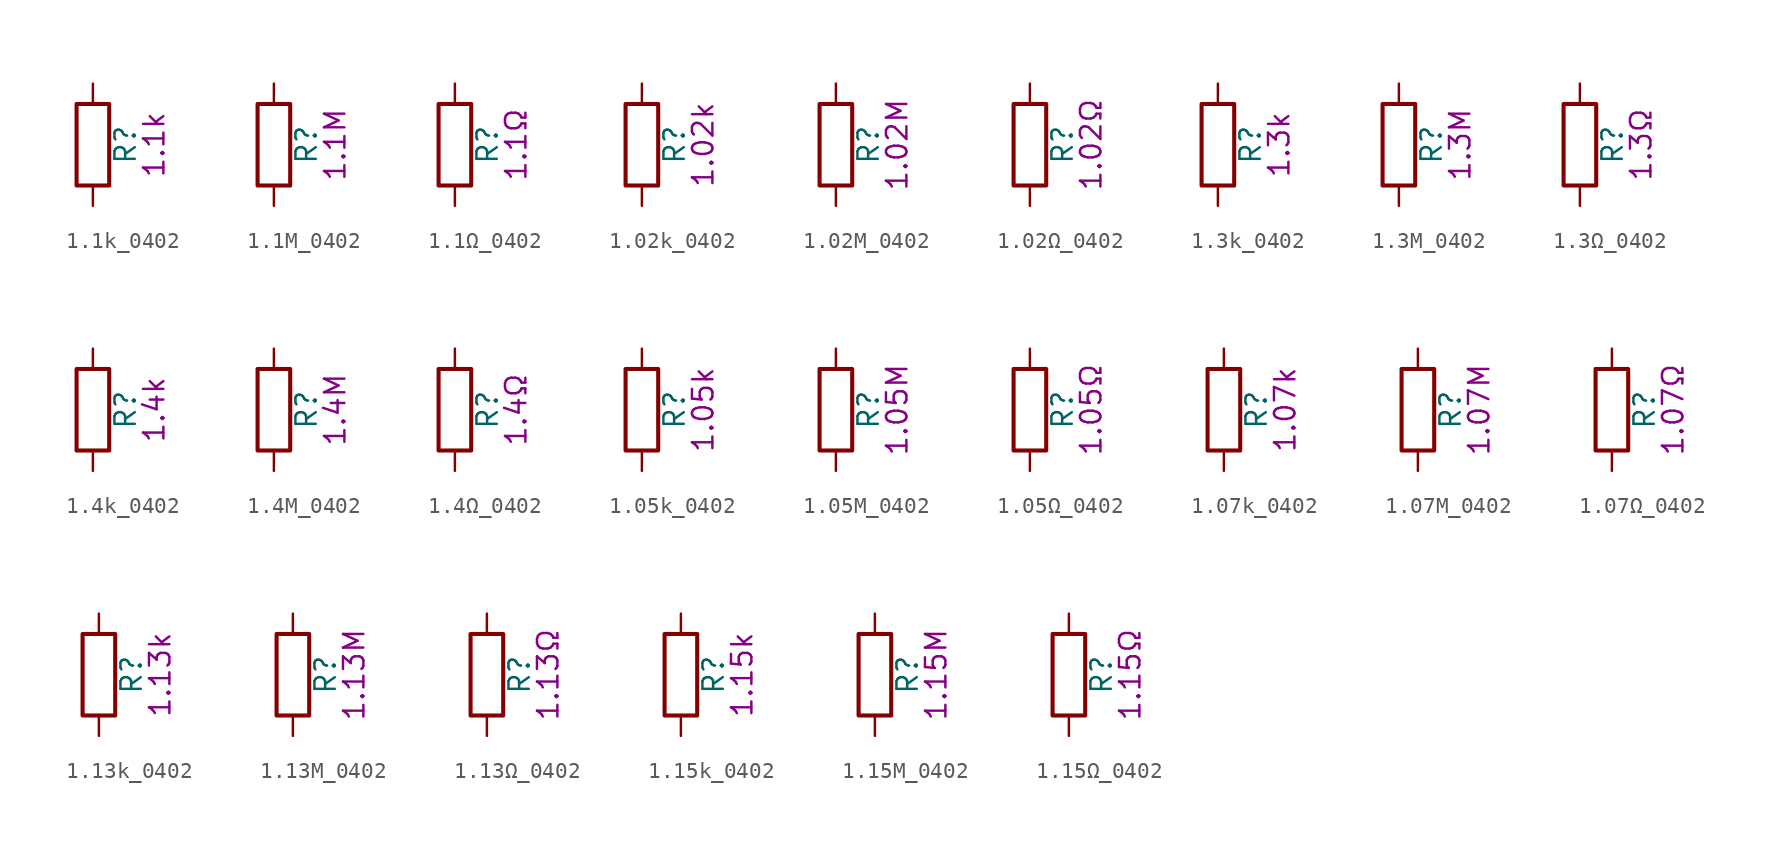
<source format=kicad_sym>
(kicad_symbol_lib
  (version 20211014)
  (generator kicad_symbol_editor)
  (symbol "1.1k_0402"
    (pin_numbers hide)
    (pin_names
      (offset 0))
    (property "Reference" "R"
      (at 2.032 0 90)
      (effects (font (size 1.27 1.27))))
    (property "Display" "1.1k"
      (at 3.81 0 90)
      (effects (font (size 1.27 1.27))))
    (symbol "1.1k_0402_0_1"
      (rectangle (start -1.016 -2.54) (end 1.016 2.54) (stroke (width 0.254) (type default) (color 0 0 0 0)) (fill (type none))))
    (symbol "1.1k_0402_1_1"
      (pin passive line (at 0 3.81 270) (length 1.27) (name "~" (effects (font (size 1.27 1.27)))) (number "1" (effects (font (size 1.27 1.27)))))
      (pin passive line (at 0 -3.81 90) (length 1.27) (name "~" (effects (font (size 1.27 1.27)))) (number "2" (effects (font (size 1.27 1.27)))))))
  (symbol "1.1M_0402"
    (pin_numbers hide)
    (pin_names
      (offset 0))
    (property "Reference" "R"
      (at 2.032 0 90)
      (effects (font (size 1.27 1.27))))
    (property "Display" "1.1M"
      (at 3.81 0 90)
      (effects (font (size 1.27 1.27))))
    (symbol "1.1M_0402_0_1"
      (rectangle (start -1.016 -2.54) (end 1.016 2.54) (stroke (width 0.254) (type default) (color 0 0 0 0)) (fill (type none))))
    (symbol "1.1M_0402_1_1"
      (pin passive line (at 0 3.81 270) (length 1.27) (name "~" (effects (font (size 1.27 1.27)))) (number "1" (effects (font (size 1.27 1.27)))))
      (pin passive line (at 0 -3.81 90) (length 1.27) (name "~" (effects (font (size 1.27 1.27)))) (number "2" (effects (font (size 1.27 1.27)))))))
  (symbol "1.1Ω_0402"
    (pin_numbers hide)
    (pin_names
      (offset 0))
    (property "Reference" "R"
      (at 2.032 0 90)
      (effects (font (size 1.27 1.27))))
    (property "Display" "1.1Ω"
      (at 3.81 0 90)
      (effects (font (size 1.27 1.27))))
    (symbol "1.1Ω_0402_0_1"
      (rectangle (start -1.016 -2.54) (end 1.016 2.54) (stroke (width 0.254) (type default) (color 0 0 0 0)) (fill (type none))))
    (symbol "1.1Ω_0402_1_1"
      (pin passive line (at 0 3.81 270) (length 1.27) (name "~" (effects (font (size 1.27 1.27)))) (number "1" (effects (font (size 1.27 1.27)))))
      (pin passive line (at 0 -3.81 90) (length 1.27) (name "~" (effects (font (size 1.27 1.27)))) (number "2" (effects (font (size 1.27 1.27)))))))
  (symbol "1.02k_0402"
    (pin_numbers hide)
    (pin_names
      (offset 0))
    (property "Reference" "R"
      (at 2.032 0 90)
      (effects (font (size 1.27 1.27))))
    (property "Display" "1.02k"
      (at 3.81 0 90)
      (effects (font (size 1.27 1.27))))
    (symbol "1.02k_0402_0_1"
      (rectangle (start -1.016 -2.54) (end 1.016 2.54) (stroke (width 0.254) (type default) (color 0 0 0 0)) (fill (type none))))
    (symbol "1.02k_0402_1_1"
      (pin passive line (at 0 3.81 270) (length 1.27) (name "~" (effects (font (size 1.27 1.27)))) (number "1" (effects (font (size 1.27 1.27)))))
      (pin passive line (at 0 -3.81 90) (length 1.27) (name "~" (effects (font (size 1.27 1.27)))) (number "2" (effects (font (size 1.27 1.27)))))))
  (symbol "1.02M_0402"
    (pin_numbers hide)
    (pin_names
      (offset 0))
    (property "Reference" "R"
      (at 2.032 0 90)
      (effects (font (size 1.27 1.27))))
    (property "Display" "1.02M"
      (at 3.81 0 90)
      (effects (font (size 1.27 1.27))))
    (symbol "1.02M_0402_0_1"
      (rectangle (start -1.016 -2.54) (end 1.016 2.54) (stroke (width 0.254) (type default) (color 0 0 0 0)) (fill (type none))))
    (symbol "1.02M_0402_1_1"
      (pin passive line (at 0 3.81 270) (length 1.27) (name "~" (effects (font (size 1.27 1.27)))) (number "1" (effects (font (size 1.27 1.27)))))
      (pin passive line (at 0 -3.81 90) (length 1.27) (name "~" (effects (font (size 1.27 1.27)))) (number "2" (effects (font (size 1.27 1.27)))))))
  (symbol "1.02Ω_0402"
    (pin_numbers hide)
    (pin_names
      (offset 0))
    (property "Reference" "R"
      (at 2.032 0 90)
      (effects (font (size 1.27 1.27))))
    (property "Display" "1.02Ω"
      (at 3.81 0 90)
      (effects (font (size 1.27 1.27))))
    (symbol "1.02Ω_0402_0_1"
      (rectangle (start -1.016 -2.54) (end 1.016 2.54) (stroke (width 0.254) (type default) (color 0 0 0 0)) (fill (type none))))
    (symbol "1.02Ω_0402_1_1"
      (pin passive line (at 0 3.81 270) (length 1.27) (name "~" (effects (font (size 1.27 1.27)))) (number "1" (effects (font (size 1.27 1.27)))))
      (pin passive line (at 0 -3.81 90) (length 1.27) (name "~" (effects (font (size 1.27 1.27)))) (number "2" (effects (font (size 1.27 1.27)))))))
  (symbol "1.3k_0402"
    (pin_numbers hide)
    (pin_names
      (offset 0))
    (property "Reference" "R"
      (at 2.032 0 90)
      (effects (font (size 1.27 1.27))))
    (property "Display" "1.3k"
      (at 3.81 0 90)
      (effects (font (size 1.27 1.27))))
    (symbol "1.3k_0402_0_1"
      (rectangle (start -1.016 -2.54) (end 1.016 2.54) (stroke (width 0.254) (type default) (color 0 0 0 0)) (fill (type none))))
    (symbol "1.3k_0402_1_1"
      (pin passive line (at 0 3.81 270) (length 1.27) (name "~" (effects (font (size 1.27 1.27)))) (number "1" (effects (font (size 1.27 1.27)))))
      (pin passive line (at 0 -3.81 90) (length 1.27) (name "~" (effects (font (size 1.27 1.27)))) (number "2" (effects (font (size 1.27 1.27)))))))
  (symbol "1.3M_0402"
    (pin_numbers hide)
    (pin_names
      (offset 0))
    (property "Reference" "R"
      (at 2.032 0 90)
      (effects (font (size 1.27 1.27))))
    (property "Display" "1.3M"
      (at 3.81 0 90)
      (effects (font (size 1.27 1.27))))
    (symbol "1.3M_0402_0_1"
      (rectangle (start -1.016 -2.54) (end 1.016 2.54) (stroke (width 0.254) (type default) (color 0 0 0 0)) (fill (type none))))
    (symbol "1.3M_0402_1_1"
      (pin passive line (at 0 3.81 270) (length 1.27) (name "~" (effects (font (size 1.27 1.27)))) (number "1" (effects (font (size 1.27 1.27)))))
      (pin passive line (at 0 -3.81 90) (length 1.27) (name "~" (effects (font (size 1.27 1.27)))) (number "2" (effects (font (size 1.27 1.27)))))))
  (symbol "1.3Ω_0402"
    (pin_numbers hide)
    (pin_names
      (offset 0))
    (property "Reference" "R"
      (at 2.032 0 90)
      (effects (font (size 1.27 1.27))))
    (property "Display" "1.3Ω"
      (at 3.81 0 90)
      (effects (font (size 1.27 1.27))))
    (symbol "1.3Ω_0402_0_1"
      (rectangle (start -1.016 -2.54) (end 1.016 2.54) (stroke (width 0.254) (type default) (color 0 0 0 0)) (fill (type none))))
    (symbol "1.3Ω_0402_1_1"
      (pin passive line (at 0 3.81 270) (length 1.27) (name "~" (effects (font (size 1.27 1.27)))) (number "1" (effects (font (size 1.27 1.27)))))
      (pin passive line (at 0 -3.81 90) (length 1.27) (name "~" (effects (font (size 1.27 1.27)))) (number "2" (effects (font (size 1.27 1.27)))))))
  (symbol "1.4k_0402"
    (pin_numbers hide)
    (pin_names
      (offset 0))
    (property "Reference" "R"
      (at 2.032 0 90)
      (effects (font (size 1.27 1.27))))
    (property "Display" "1.4k"
      (at 3.81 0 90)
      (effects (font (size 1.27 1.27))))
    (symbol "1.4k_0402_0_1"
      (rectangle (start -1.016 -2.54) (end 1.016 2.54) (stroke (width 0.254) (type default) (color 0 0 0 0)) (fill (type none))))
    (symbol "1.4k_0402_1_1"
      (pin passive line (at 0 3.81 270) (length 1.27) (name "~" (effects (font (size 1.27 1.27)))) (number "1" (effects (font (size 1.27 1.27)))))
      (pin passive line (at 0 -3.81 90) (length 1.27) (name "~" (effects (font (size 1.27 1.27)))) (number "2" (effects (font (size 1.27 1.27)))))))
  (symbol "1.4M_0402"
    (pin_numbers hide)
    (pin_names
      (offset 0))
    (property "Reference" "R"
      (at 2.032 0 90)
      (effects (font (size 1.27 1.27))))
    (property "Display" "1.4M"
      (at 3.81 0 90)
      (effects (font (size 1.27 1.27))))
    (symbol "1.4M_0402_0_1"
      (rectangle (start -1.016 -2.54) (end 1.016 2.54) (stroke (width 0.254) (type default) (color 0 0 0 0)) (fill (type none))))
    (symbol "1.4M_0402_1_1"
      (pin passive line (at 0 3.81 270) (length 1.27) (name "~" (effects (font (size 1.27 1.27)))) (number "1" (effects (font (size 1.27 1.27)))))
      (pin passive line (at 0 -3.81 90) (length 1.27) (name "~" (effects (font (size 1.27 1.27)))) (number "2" (effects (font (size 1.27 1.27)))))))
  (symbol "1.4Ω_0402"
    (pin_numbers hide)
    (pin_names
      (offset 0))
    (property "Reference" "R"
      (at 2.032 0 90)
      (effects (font (size 1.27 1.27))))
    (property "Display" "1.4Ω"
      (at 3.81 0 90)
      (effects (font (size 1.27 1.27))))
    (symbol "1.4Ω_0402_0_1"
      (rectangle (start -1.016 -2.54) (end 1.016 2.54) (stroke (width 0.254) (type default) (color 0 0 0 0)) (fill (type none))))
    (symbol "1.4Ω_0402_1_1"
      (pin passive line (at 0 3.81 270) (length 1.27) (name "~" (effects (font (size 1.27 1.27)))) (number "1" (effects (font (size 1.27 1.27)))))
      (pin passive line (at 0 -3.81 90) (length 1.27) (name "~" (effects (font (size 1.27 1.27)))) (number "2" (effects (font (size 1.27 1.27)))))))
  (symbol "1.05k_0402"
    (pin_numbers hide)
    (pin_names
      (offset 0))
    (property "Reference" "R"
      (at 2.032 0 90)
      (effects (font (size 1.27 1.27))))
    (property "Display" "1.05k"
      (at 3.81 0 90)
      (effects (font (size 1.27 1.27))))
    (symbol "1.05k_0402_0_1"
      (rectangle (start -1.016 -2.54) (end 1.016 2.54) (stroke (width 0.254) (type default) (color 0 0 0 0)) (fill (type none))))
    (symbol "1.05k_0402_1_1"
      (pin passive line (at 0 3.81 270) (length 1.27) (name "~" (effects (font (size 1.27 1.27)))) (number "1" (effects (font (size 1.27 1.27)))))
      (pin passive line (at 0 -3.81 90) (length 1.27) (name "~" (effects (font (size 1.27 1.27)))) (number "2" (effects (font (size 1.27 1.27)))))))
  (symbol "1.05M_0402"
    (pin_numbers hide)
    (pin_names
      (offset 0))
    (property "Reference" "R"
      (at 2.032 0 90)
      (effects (font (size 1.27 1.27))))
    (property "Display" "1.05M"
      (at 3.81 0 90)
      (effects (font (size 1.27 1.27))))
    (symbol "1.05M_0402_0_1"
      (rectangle (start -1.016 -2.54) (end 1.016 2.54) (stroke (width 0.254) (type default) (color 0 0 0 0)) (fill (type none))))
    (symbol "1.05M_0402_1_1"
      (pin passive line (at 0 3.81 270) (length 1.27) (name "~" (effects (font (size 1.27 1.27)))) (number "1" (effects (font (size 1.27 1.27)))))
      (pin passive line (at 0 -3.81 90) (length 1.27) (name "~" (effects (font (size 1.27 1.27)))) (number "2" (effects (font (size 1.27 1.27)))))))
  (symbol "1.05Ω_0402"
    (pin_numbers hide)
    (pin_names
      (offset 0))
    (property "Reference" "R"
      (at 2.032 0 90)
      (effects (font (size 1.27 1.27))))
    (property "Display" "1.05Ω"
      (at 3.81 0 90)
      (effects (font (size 1.27 1.27))))
    (symbol "1.05Ω_0402_0_1"
      (rectangle (start -1.016 -2.54) (end 1.016 2.54) (stroke (width 0.254) (type default) (color 0 0 0 0)) (fill (type none))))
    (symbol "1.05Ω_0402_1_1"
      (pin passive line (at 0 3.81 270) (length 1.27) (name "~" (effects (font (size 1.27 1.27)))) (number "1" (effects (font (size 1.27 1.27)))))
      (pin passive line (at 0 -3.81 90) (length 1.27) (name "~" (effects (font (size 1.27 1.27)))) (number "2" (effects (font (size 1.27 1.27)))))))
  (symbol "1.07k_0402"
    (pin_numbers hide)
    (pin_names
      (offset 0))
    (property "Reference" "R"
      (at 2.032 0 90)
      (effects (font (size 1.27 1.27))))
    (property "Display" "1.07k"
      (at 3.81 0 90)
      (effects (font (size 1.27 1.27))))
    (symbol "1.07k_0402_0_1"
      (rectangle (start -1.016 -2.54) (end 1.016 2.54) (stroke (width 0.254) (type default) (color 0 0 0 0)) (fill (type none))))
    (symbol "1.07k_0402_1_1"
      (pin passive line (at 0 3.81 270) (length 1.27) (name "~" (effects (font (size 1.27 1.27)))) (number "1" (effects (font (size 1.27 1.27)))))
      (pin passive line (at 0 -3.81 90) (length 1.27) (name "~" (effects (font (size 1.27 1.27)))) (number "2" (effects (font (size 1.27 1.27)))))))
  (symbol "1.07M_0402"
    (pin_numbers hide)
    (pin_names
      (offset 0))
    (property "Reference" "R"
      (at 2.032 0 90)
      (effects (font (size 1.27 1.27))))
    (property "Display" "1.07M"
      (at 3.81 0 90)
      (effects (font (size 1.27 1.27))))
    (symbol "1.07M_0402_0_1"
      (rectangle (start -1.016 -2.54) (end 1.016 2.54) (stroke (width 0.254) (type default) (color 0 0 0 0)) (fill (type none))))
    (symbol "1.07M_0402_1_1"
      (pin passive line (at 0 3.81 270) (length 1.27) (name "~" (effects (font (size 1.27 1.27)))) (number "1" (effects (font (size 1.27 1.27)))))
      (pin passive line (at 0 -3.81 90) (length 1.27) (name "~" (effects (font (size 1.27 1.27)))) (number "2" (effects (font (size 1.27 1.27)))))))
  (symbol "1.07Ω_0402"
    (pin_numbers hide)
    (pin_names
      (offset 0))
    (property "Reference" "R"
      (at 2.032 0 90)
      (effects (font (size 1.27 1.27))))
    (property "Display" "1.07Ω"
      (at 3.81 0 90)
      (effects (font (size 1.27 1.27))))
    (symbol "1.07Ω_0402_0_1"
      (rectangle (start -1.016 -2.54) (end 1.016 2.54) (stroke (width 0.254) (type default) (color 0 0 0 0)) (fill (type none))))
    (symbol "1.07Ω_0402_1_1"
      (pin passive line (at 0 3.81 270) (length 1.27) (name "~" (effects (font (size 1.27 1.27)))) (number "1" (effects (font (size 1.27 1.27)))))
      (pin passive line (at 0 -3.81 90) (length 1.27) (name "~" (effects (font (size 1.27 1.27)))) (number "2" (effects (font (size 1.27 1.27)))))))
  (symbol "1.13k_0402"
    (pin_numbers hide)
    (pin_names
      (offset 0))
    (property "Reference" "R"
      (at 2.032 0 90)
      (effects (font (size 1.27 1.27))))
    (property "Display" "1.13k"
      (at 3.81 0 90)
      (effects (font (size 1.27 1.27))))
    (symbol "1.13k_0402_0_1"
      (rectangle (start -1.016 -2.54) (end 1.016 2.54) (stroke (width 0.254) (type default) (color 0 0 0 0)) (fill (type none))))
    (symbol "1.13k_0402_1_1"
      (pin passive line (at 0 3.81 270) (length 1.27) (name "~" (effects (font (size 1.27 1.27)))) (number "1" (effects (font (size 1.27 1.27)))))
      (pin passive line (at 0 -3.81 90) (length 1.27) (name "~" (effects (font (size 1.27 1.27)))) (number "2" (effects (font (size 1.27 1.27)))))))
  (symbol "1.13M_0402"
    (pin_numbers hide)
    (pin_names
      (offset 0))
    (property "Reference" "R"
      (at 2.032 0 90)
      (effects (font (size 1.27 1.27))))
    (property "Display" "1.13M"
      (at 3.81 0 90)
      (effects (font (size 1.27 1.27))))
    (symbol "1.13M_0402_0_1"
      (rectangle (start -1.016 -2.54) (end 1.016 2.54) (stroke (width 0.254) (type default) (color 0 0 0 0)) (fill (type none))))
    (symbol "1.13M_0402_1_1"
      (pin passive line (at 0 3.81 270) (length 1.27) (name "~" (effects (font (size 1.27 1.27)))) (number "1" (effects (font (size 1.27 1.27)))))
      (pin passive line (at 0 -3.81 90) (length 1.27) (name "~" (effects (font (size 1.27 1.27)))) (number "2" (effects (font (size 1.27 1.27)))))))
  (symbol "1.13Ω_0402"
    (pin_numbers hide)
    (pin_names
      (offset 0))
    (property "Reference" "R"
      (at 2.032 0 90)
      (effects (font (size 1.27 1.27))))
    (property "Display" "1.13Ω"
      (at 3.81 0 90)
      (effects (font (size 1.27 1.27))))
    (symbol "1.13Ω_0402_0_1"
      (rectangle (start -1.016 -2.54) (end 1.016 2.54) (stroke (width 0.254) (type default) (color 0 0 0 0)) (fill (type none))))
    (symbol "1.13Ω_0402_1_1"
      (pin passive line (at 0 3.81 270) (length 1.27) (name "~" (effects (font (size 1.27 1.27)))) (number "1" (effects (font (size 1.27 1.27)))))
      (pin passive line (at 0 -3.81 90) (length 1.27) (name "~" (effects (font (size 1.27 1.27)))) (number "2" (effects (font (size 1.27 1.27)))))))
  (symbol "1.15k_0402"
    (pin_numbers hide)
    (pin_names
      (offset 0))
    (property "Reference" "R"
      (at 2.032 0 90)
      (effects (font (size 1.27 1.27))))
    (property "Display" "1.15k"
      (at 3.81 0 90)
      (effects (font (size 1.27 1.27))))
    (symbol "1.15k_0402_0_1"
      (rectangle (start -1.016 -2.54) (end 1.016 2.54) (stroke (width 0.254) (type default) (color 0 0 0 0)) (fill (type none))))
    (symbol "1.15k_0402_1_1"
      (pin passive line (at 0 3.81 270) (length 1.27) (name "~" (effects (font (size 1.27 1.27)))) (number "1" (effects (font (size 1.27 1.27)))))
      (pin passive line (at 0 -3.81 90) (length 1.27) (name "~" (effects (font (size 1.27 1.27)))) (number "2" (effects (font (size 1.27 1.27)))))))
  (symbol "1.15M_0402"
    (pin_numbers hide)
    (pin_names
      (offset 0))
    (property "Reference" "R"
      (at 2.032 0 90)
      (effects (font (size 1.27 1.27))))
    (property "Display" "1.15M"
      (at 3.81 0 90)
      (effects (font (size 1.27 1.27))))
    (symbol "1.15M_0402_0_1"
      (rectangle (start -1.016 -2.54) (end 1.016 2.54) (stroke (width 0.254) (type default) (color 0 0 0 0)) (fill (type none))))
    (symbol "1.15M_0402_1_1"
      (pin passive line (at 0 3.81 270) (length 1.27) (name "~" (effects (font (size 1.27 1.27)))) (number "1" (effects (font (size 1.27 1.27)))))
      (pin passive line (at 0 -3.81 90) (length 1.27) (name "~" (effects (font (size 1.27 1.27)))) (number "2" (effects (font (size 1.27 1.27)))))))
  (symbol "1.15Ω_0402"
    (pin_numbers hide)
    (pin_names
      (offset 0))
    (property "Reference" "R"
      (at 2.032 0 90)
      (effects (font (size 1.27 1.27))))
    (property "Display" "1.15Ω"
      (at 3.81 0 90)
      (effects (font (size 1.27 1.27))))
    (symbol "1.15Ω_0402_0_1"
      (rectangle (start -1.016 -2.54) (end 1.016 2.54) (stroke (width 0.254) (type default) (color 0 0 0 0)) (fill (type none))))
    (symbol "1.15Ω_0402_1_1"
      (pin passive line (at 0 3.81 270) (length 1.27) (name "~" (effects (font (size 1.27 1.27)))) (number "1" (effects (font (size 1.27 1.27)))))
      (pin passive line (at 0 -3.81 90) (length 1.27) (name "~" (effects (font (size 1.27 1.27)))) (number "2" (effects (font (size 1.27 1.27))))))))
</source>
